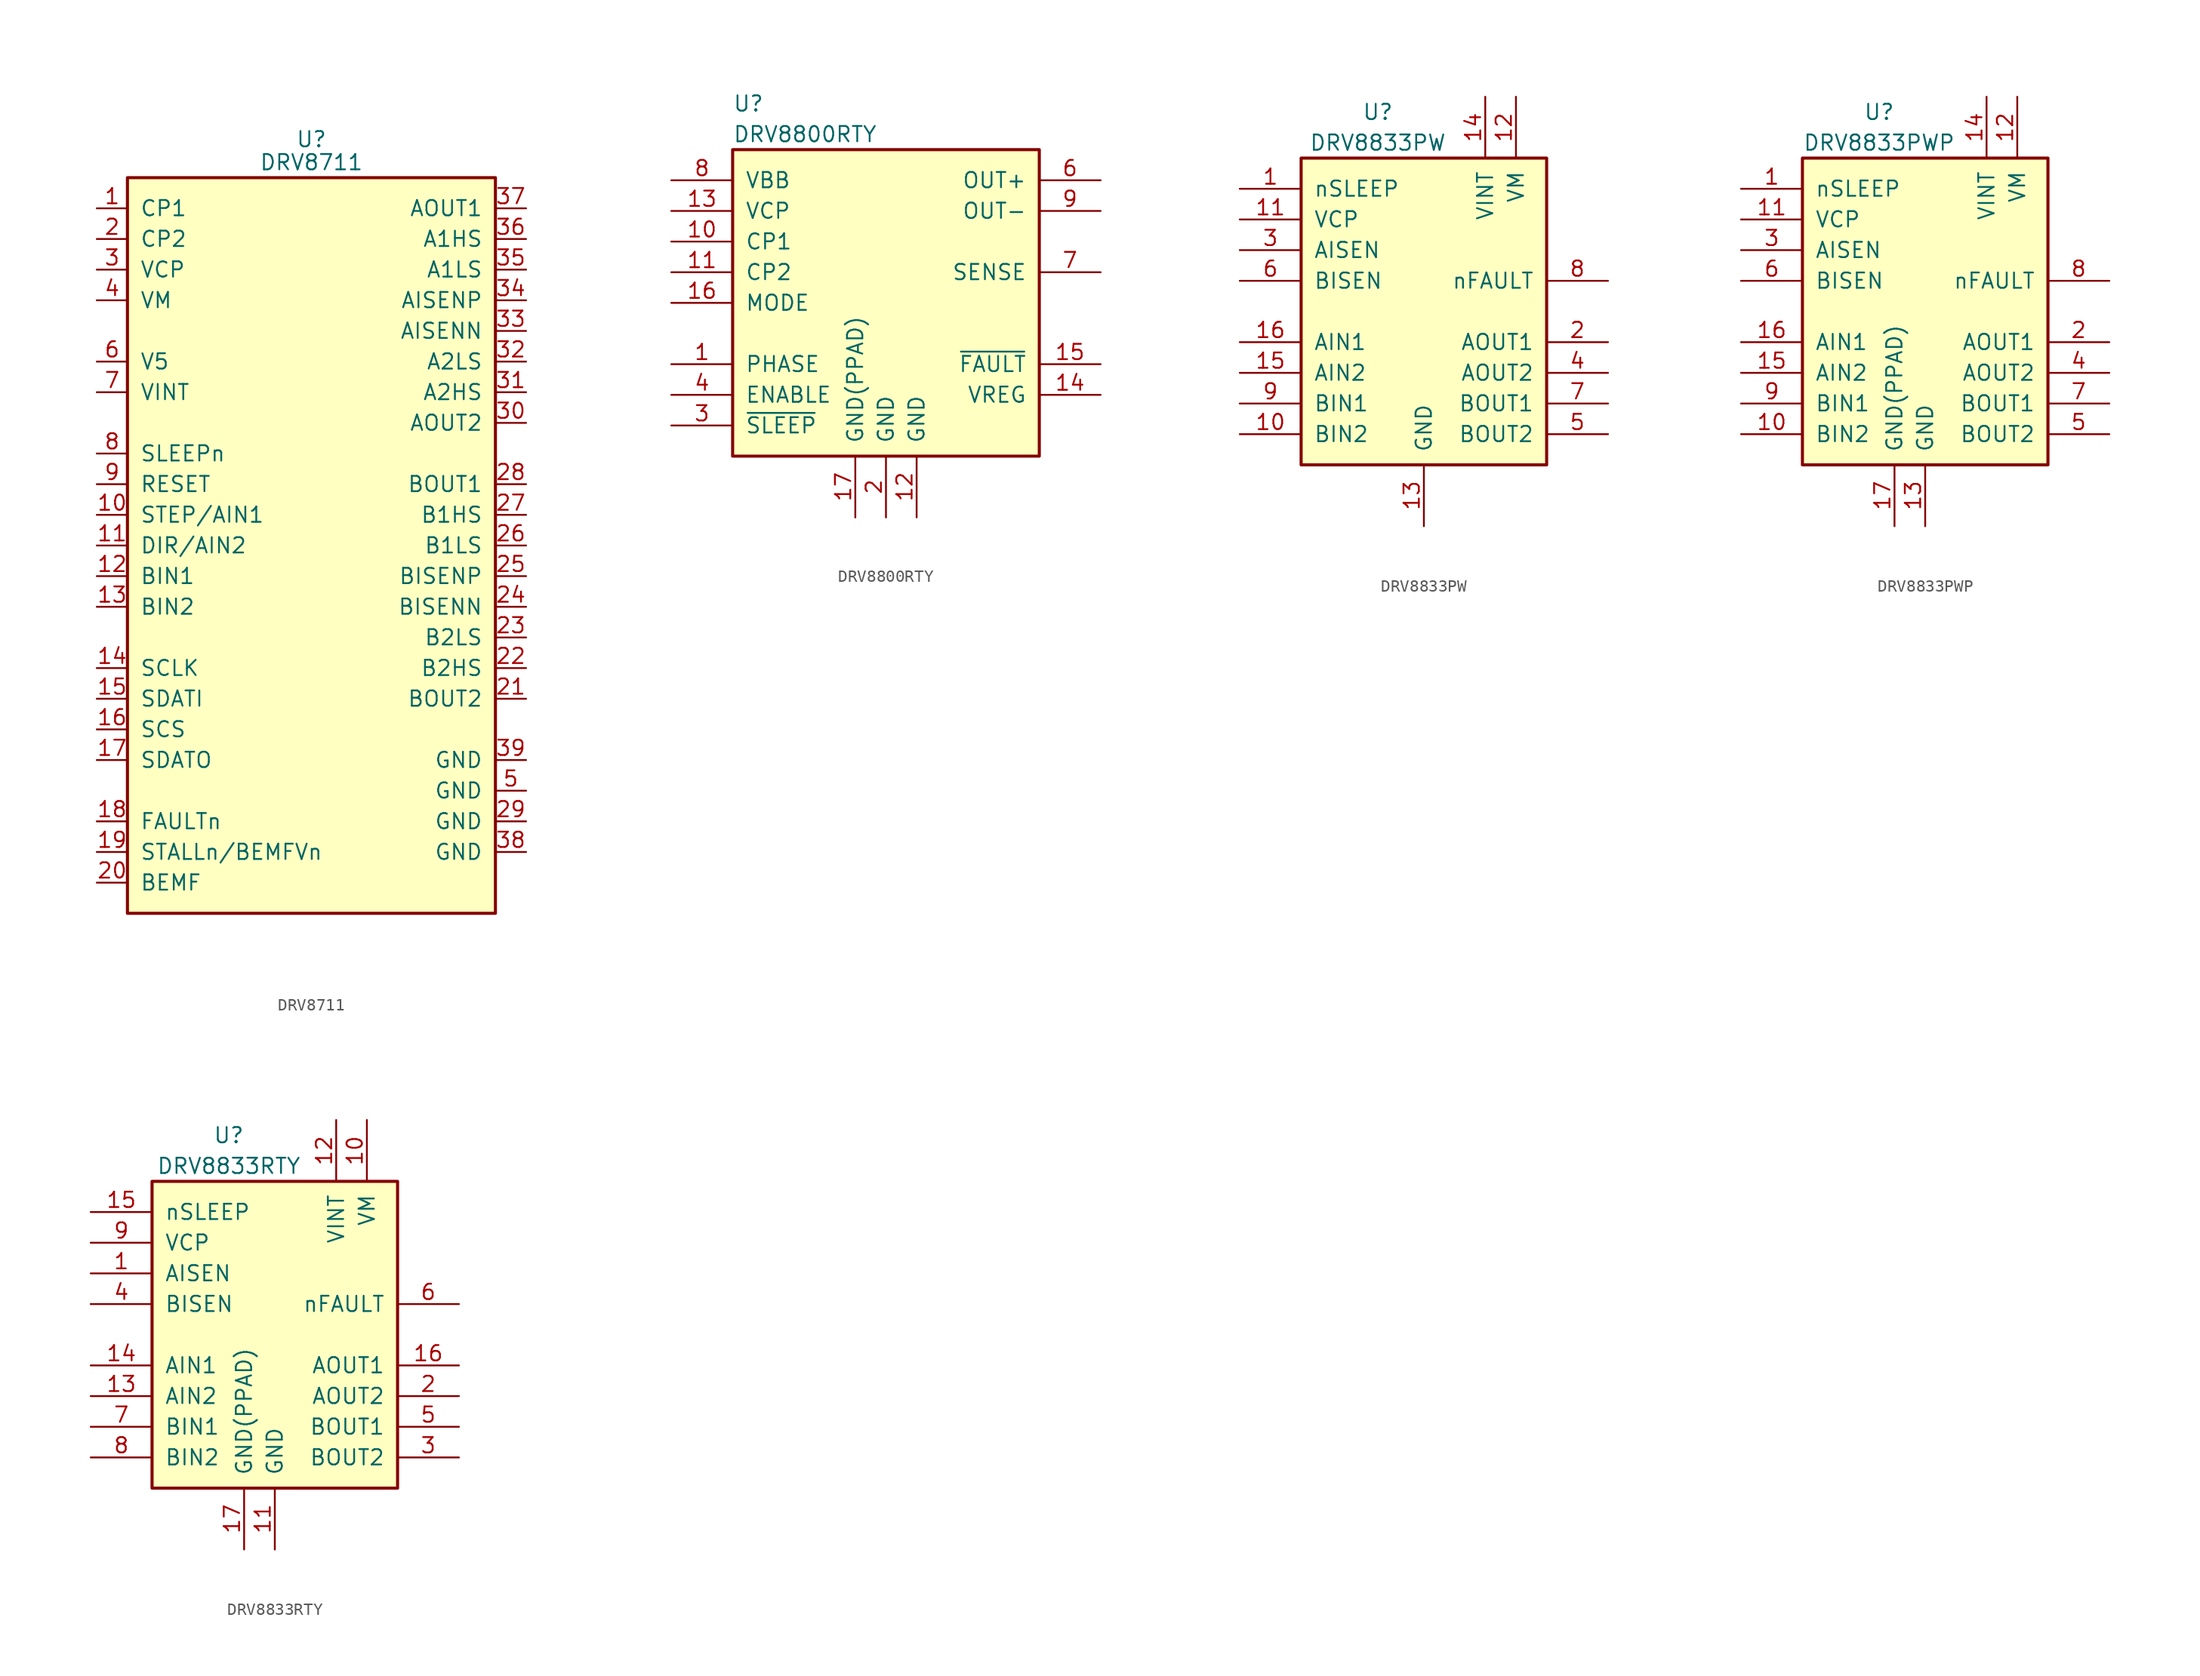
<source format=kicad_sym>
(kicad_symbol_lib
  (version 20201005)
  (generator kicad_symbol_editor)
  (symbol "DRV8711"
    (pin_names
      (offset 1.016))
    (property "Reference" "U"
      (at 0 33.655 0)
      (effects (font (size 1.27 1.27))))
    (property "Value" "DRV8711"
      (at 0 31.75 0)
      (effects (font (size 1.27 1.27))))
    (symbol "DRV8711_0_1"
      (rectangle (start -15.24 30.48) (end 15.24 -30.48) (stroke (width 0.254)) (fill (type background))))
    (symbol "DRV8711_1_1"
      (pin bidirectional line (at -17.78 27.94 0) (length 2.54) (name "CP1" (effects (font (size 1.27 1.27)))) (number "1" (effects (font (size 1.27 1.27)))))
      (pin input line (at -17.78 2.54 0) (length 2.54) (name "STEP/AIN1" (effects (font (size 1.27 1.27)))) (number "10" (effects (font (size 1.27 1.27)))))
      (pin input line (at -17.78 0 0) (length 2.54) (name "DIR/AIN2" (effects (font (size 1.27 1.27)))) (number "11" (effects (font (size 1.27 1.27)))))
      (pin input line (at -17.78 -2.54 0) (length 2.54) (name "BIN1" (effects (font (size 1.27 1.27)))) (number "12" (effects (font (size 1.27 1.27)))))
      (pin input line (at -17.78 -5.08 0) (length 2.54) (name "BIN2" (effects (font (size 1.27 1.27)))) (number "13" (effects (font (size 1.27 1.27)))))
      (pin input line (at -17.78 -10.16 0) (length 2.54) (name "SCLK" (effects (font (size 1.27 1.27)))) (number "14" (effects (font (size 1.27 1.27)))))
      (pin input line (at -17.78 -12.7 0) (length 2.54) (name "SDATI" (effects (font (size 1.27 1.27)))) (number "15" (effects (font (size 1.27 1.27)))))
      (pin input line (at -17.78 -15.24 0) (length 2.54) (name "SCS" (effects (font (size 1.27 1.27)))) (number "16" (effects (font (size 1.27 1.27)))))
      (pin output line (at -17.78 -17.78 0) (length 2.54) (name "SDATO" (effects (font (size 1.27 1.27)))) (number "17" (effects (font (size 1.27 1.27)))))
      (pin output line (at -17.78 -22.86 0) (length 2.54) (name "FAULTn" (effects (font (size 1.27 1.27)))) (number "18" (effects (font (size 1.27 1.27)))))
      (pin output line (at -17.78 -25.4 0) (length 2.54) (name "STALLn/BEMFVn" (effects (font (size 1.27 1.27)))) (number "19" (effects (font (size 1.27 1.27)))))
      (pin bidirectional line (at -17.78 25.4 0) (length 2.54) (name "CP2" (effects (font (size 1.27 1.27)))) (number "2" (effects (font (size 1.27 1.27)))))
      (pin output line (at -17.78 -27.94 0) (length 2.54) (name "BEMF" (effects (font (size 1.27 1.27)))) (number "20" (effects (font (size 1.27 1.27)))))
      (pin output line (at 17.78 -12.7 180) (length 2.54) (name "BOUT2" (effects (font (size 1.27 1.27)))) (number "21" (effects (font (size 1.27 1.27)))))
      (pin output line (at 17.78 -10.16 180) (length 2.54) (name "B2HS" (effects (font (size 1.27 1.27)))) (number "22" (effects (font (size 1.27 1.27)))))
      (pin output line (at 17.78 -7.62 180) (length 2.54) (name "B2LS" (effects (font (size 1.27 1.27)))) (number "23" (effects (font (size 1.27 1.27)))))
      (pin input line (at 17.78 -5.08 180) (length 2.54) (name "BISENN" (effects (font (size 1.27 1.27)))) (number "24" (effects (font (size 1.27 1.27)))))
      (pin input line (at 17.78 -2.54 180) (length 2.54) (name "BISENP" (effects (font (size 1.27 1.27)))) (number "25" (effects (font (size 1.27 1.27)))))
      (pin output line (at 17.78 0 180) (length 2.54) (name "B1LS" (effects (font (size 1.27 1.27)))) (number "26" (effects (font (size 1.27 1.27)))))
      (pin output line (at 17.78 2.54 180) (length 2.54) (name "B1HS" (effects (font (size 1.27 1.27)))) (number "27" (effects (font (size 1.27 1.27)))))
      (pin output line (at 17.78 5.08 180) (length 2.54) (name "BOUT1" (effects (font (size 1.27 1.27)))) (number "28" (effects (font (size 1.27 1.27)))))
      (pin power_in line (at 17.78 -22.86 180) (length 2.54) (name "GND" (effects (font (size 1.27 1.27)))) (number "29" (effects (font (size 1.27 1.27)))))
      (pin bidirectional line (at -17.78 22.86 0) (length 2.54) (name "VCP" (effects (font (size 1.27 1.27)))) (number "3" (effects (font (size 1.27 1.27)))))
      (pin output line (at 17.78 10.16 180) (length 2.54) (name "AOUT2" (effects (font (size 1.27 1.27)))) (number "30" (effects (font (size 1.27 1.27)))))
      (pin output line (at 17.78 12.7 180) (length 2.54) (name "A2HS" (effects (font (size 1.27 1.27)))) (number "31" (effects (font (size 1.27 1.27)))))
      (pin output line (at 17.78 15.24 180) (length 2.54) (name "A2LS" (effects (font (size 1.27 1.27)))) (number "32" (effects (font (size 1.27 1.27)))))
      (pin input line (at 17.78 17.78 180) (length 2.54) (name "AISENN" (effects (font (size 1.27 1.27)))) (number "33" (effects (font (size 1.27 1.27)))))
      (pin input line (at 17.78 20.32 180) (length 2.54) (name "AISENP" (effects (font (size 1.27 1.27)))) (number "34" (effects (font (size 1.27 1.27)))))
      (pin output line (at 17.78 22.86 180) (length 2.54) (name "A1LS" (effects (font (size 1.27 1.27)))) (number "35" (effects (font (size 1.27 1.27)))))
      (pin output line (at 17.78 25.4 180) (length 2.54) (name "A1HS" (effects (font (size 1.27 1.27)))) (number "36" (effects (font (size 1.27 1.27)))))
      (pin output line (at 17.78 27.94 180) (length 2.54) (name "AOUT1" (effects (font (size 1.27 1.27)))) (number "37" (effects (font (size 1.27 1.27)))))
      (pin power_in line (at 17.78 -25.4 180) (length 2.54) (name "GND" (effects (font (size 1.27 1.27)))) (number "38" (effects (font (size 1.27 1.27)))))
      (pin power_in line (at 17.78 -17.78 180) (length 2.54) (name "GND" (effects (font (size 1.27 1.27)))) (number "39" (effects (font (size 1.27 1.27)))))
      (pin power_in line (at -17.78 20.32 0) (length 2.54) (name "VM" (effects (font (size 1.27 1.27)))) (number "4" (effects (font (size 1.27 1.27)))))
      (pin power_in line (at 17.78 -20.32 180) (length 2.54) (name "GND" (effects (font (size 1.27 1.27)))) (number "5" (effects (font (size 1.27 1.27)))))
      (pin power_out line (at -17.78 15.24 0) (length 2.54) (name "V5" (effects (font (size 1.27 1.27)))) (number "6" (effects (font (size 1.27 1.27)))))
      (pin power_in line (at -17.78 12.7 0) (length 2.54) (name "VINT" (effects (font (size 1.27 1.27)))) (number "7" (effects (font (size 1.27 1.27)))))
      (pin input line (at -17.78 7.62 0) (length 2.54) (name "SLEEPn" (effects (font (size 1.27 1.27)))) (number "8" (effects (font (size 1.27 1.27)))))
      (pin input line (at -17.78 5.08 0) (length 2.54) (name "RESET" (effects (font (size 1.27 1.27)))) (number "9" (effects (font (size 1.27 1.27)))))))
  (symbol "DRV8800RTY"
    (pin_names
      (offset 1.016))
    (property "Reference" "U"
      (at -12.7 16.51 0)
      (effects (font (size 1.27 1.27)) (justify left)))
    (property "Value" "DRV8800RTY"
      (at -12.7 13.97 0)
      (effects (font (size 1.27 1.27)) (justify left)))
    (symbol "DRV8800RTY_0_1"
      (rectangle (start -12.7 12.7) (end 12.7 -12.7) (stroke (width 0.254)) (fill (type background))))
    (symbol "DRV8800RTY_1_1"
      (pin input line (at -17.78 -5.08 0) (length 5.08) (name "PHASE" (effects (font (size 1.27 1.27)))) (number "1" (effects (font (size 1.27 1.27)))))
      (pin power_in line (at -17.78 5.08 0) (length 5.08) (name "CP1" (effects (font (size 1.27 1.27)))) (number "10" (effects (font (size 1.27 1.27)))))
      (pin power_in line (at -17.78 2.54 0) (length 5.08) (name "CP2" (effects (font (size 1.27 1.27)))) (number "11" (effects (font (size 1.27 1.27)))))
      (pin power_in line (at 2.54 -17.78 90) (length 5.08) (name "GND" (effects (font (size 1.27 1.27)))) (number "12" (effects (font (size 1.27 1.27)))))
      (pin power_in line (at -17.78 7.62 0) (length 5.08) (name "VCP" (effects (font (size 1.27 1.27)))) (number "13" (effects (font (size 1.27 1.27)))))
      (pin output line (at 17.78 -7.62 180) (length 5.08) (name "VREG" (effects (font (size 1.27 1.27)))) (number "14" (effects (font (size 1.27 1.27)))))
      (pin open_collector line (at 17.78 -5.08 180) (length 5.08) (name "~FAULT" (effects (font (size 1.27 1.27)))) (number "15" (effects (font (size 1.27 1.27)))))
      (pin input line (at -17.78 0 0) (length 5.08) (name "MODE" (effects (font (size 1.27 1.27)))) (number "16" (effects (font (size 1.27 1.27)))))
      (pin power_in line (at -2.54 -17.78 90) (length 5.08) (name "GND(PPAD)" (effects (font (size 1.27 1.27)))) (number "17" (effects (font (size 1.27 1.27)))))
      (pin power_in line (at 0 -17.78 90) (length 5.08) (name "GND" (effects (font (size 1.27 1.27)))) (number "2" (effects (font (size 1.27 1.27)))))
      (pin input line (at -17.78 -10.16 0) (length 5.08) (name "~SLEEP" (effects (font (size 1.27 1.27)))) (number "3" (effects (font (size 1.27 1.27)))))
      (pin input line (at -17.78 -7.62 0) (length 5.08) (name "ENABLE" (effects (font (size 1.27 1.27)))) (number "4" (effects (font (size 1.27 1.27)))))
      (pin no_connect line (at -17.78 -2.54 0) (length 5.08) hide (name "NC" (effects (font (size 1.27 1.27)))) (number "5" (effects (font (size 1.27 1.27)))))
      (pin power_out line (at 17.78 10.16 180) (length 5.08) (name "OUT+" (effects (font (size 1.27 1.27)))) (number "6" (effects (font (size 1.27 1.27)))))
      (pin power_out line (at 17.78 2.54 180) (length 5.08) (name "SENSE" (effects (font (size 1.27 1.27)))) (number "7" (effects (font (size 1.27 1.27)))))
      (pin power_in line (at -17.78 10.16 0) (length 5.08) (name "VBB" (effects (font (size 1.27 1.27)))) (number "8" (effects (font (size 1.27 1.27)))))
      (pin power_out line (at 17.78 7.62 180) (length 5.08) (name "OUT-" (effects (font (size 1.27 1.27)))) (number "9" (effects (font (size 1.27 1.27)))))))
  (symbol "DRV8833PW"
    (pin_names
      (offset 1.016))
    (property "Reference" "U"
      (at -3.81 16.51 0)
      (effects (font (size 1.27 1.27))))
    (property "Value" "DRV8833PW"
      (at -3.81 13.97 0)
      (effects (font (size 1.27 1.27))))
    (symbol "DRV8833PW_0_1"
      (rectangle (start -10.16 12.7) (end 10.16 -12.7) (stroke (width 0.254)) (fill (type background))))
    (symbol "DRV8833PW_1_1"
      (pin input line (at -15.24 10.16 0) (length 5.08) (name "nSLEEP" (effects (font (size 1.27 1.27)))) (number "1" (effects (font (size 1.27 1.27)))))
      (pin input line (at -15.24 -10.16 0) (length 5.08) (name "BIN2" (effects (font (size 1.27 1.27)))) (number "10" (effects (font (size 1.27 1.27)))))
      (pin bidirectional line (at -15.24 7.62 0) (length 5.08) (name "VCP" (effects (font (size 1.27 1.27)))) (number "11" (effects (font (size 1.27 1.27)))))
      (pin power_in line (at 7.62 17.78 270) (length 5.08) (name "VM" (effects (font (size 1.27 1.27)))) (number "12" (effects (font (size 1.27 1.27)))))
      (pin power_in line (at 0 -17.78 90) (length 5.08) (name "GND" (effects (font (size 1.27 1.27)))) (number "13" (effects (font (size 1.27 1.27)))))
      (pin power_in line (at 5.08 17.78 270) (length 5.08) (name "VINT" (effects (font (size 1.27 1.27)))) (number "14" (effects (font (size 1.27 1.27)))))
      (pin input line (at -15.24 -5.08 0) (length 5.08) (name "AIN2" (effects (font (size 1.27 1.27)))) (number "15" (effects (font (size 1.27 1.27)))))
      (pin input line (at -15.24 -2.54 0) (length 5.08) (name "AIN1" (effects (font (size 1.27 1.27)))) (number "16" (effects (font (size 1.27 1.27)))))
      (pin power_out line (at 15.24 -2.54 180) (length 5.08) (name "AOUT1" (effects (font (size 1.27 1.27)))) (number "2" (effects (font (size 1.27 1.27)))))
      (pin bidirectional line (at -15.24 5.08 0) (length 5.08) (name "AISEN" (effects (font (size 1.27 1.27)))) (number "3" (effects (font (size 1.27 1.27)))))
      (pin power_out line (at 15.24 -5.08 180) (length 5.08) (name "AOUT2" (effects (font (size 1.27 1.27)))) (number "4" (effects (font (size 1.27 1.27)))))
      (pin power_out line (at 15.24 -10.16 180) (length 5.08) (name "BOUT2" (effects (font (size 1.27 1.27)))) (number "5" (effects (font (size 1.27 1.27)))))
      (pin bidirectional line (at -15.24 2.54 0) (length 5.08) (name "BISEN" (effects (font (size 1.27 1.27)))) (number "6" (effects (font (size 1.27 1.27)))))
      (pin power_out line (at 15.24 -7.62 180) (length 5.08) (name "BOUT1" (effects (font (size 1.27 1.27)))) (number "7" (effects (font (size 1.27 1.27)))))
      (pin open_collector line (at 15.24 2.54 180) (length 5.08) (name "nFAULT" (effects (font (size 1.27 1.27)))) (number "8" (effects (font (size 1.27 1.27)))))
      (pin input line (at -15.24 -7.62 0) (length 5.08) (name "BIN1" (effects (font (size 1.27 1.27)))) (number "9" (effects (font (size 1.27 1.27)))))))
  (symbol "DRV8833PWP"
    (pin_names
      (offset 1.016))
    (property "Reference" "U"
      (at -3.81 16.51 0)
      (effects (font (size 1.27 1.27))))
    (property "Value" "DRV8833PWP"
      (at -3.81 13.97 0)
      (effects (font (size 1.27 1.27))))
    (symbol "DRV8833PWP_0_1"
      (rectangle (start -10.16 12.7) (end 10.16 -12.7) (stroke (width 0.254)) (fill (type background))))
    (symbol "DRV8833PWP_1_1"
      (pin input line (at -15.24 10.16 0) (length 5.08) (name "nSLEEP" (effects (font (size 1.27 1.27)))) (number "1" (effects (font (size 1.27 1.27)))))
      (pin input line (at -15.24 -10.16 0) (length 5.08) (name "BIN2" (effects (font (size 1.27 1.27)))) (number "10" (effects (font (size 1.27 1.27)))))
      (pin bidirectional line (at -15.24 7.62 0) (length 5.08) (name "VCP" (effects (font (size 1.27 1.27)))) (number "11" (effects (font (size 1.27 1.27)))))
      (pin power_in line (at 7.62 17.78 270) (length 5.08) (name "VM" (effects (font (size 1.27 1.27)))) (number "12" (effects (font (size 1.27 1.27)))))
      (pin power_in line (at 0 -17.78 90) (length 5.08) (name "GND" (effects (font (size 1.27 1.27)))) (number "13" (effects (font (size 1.27 1.27)))))
      (pin power_in line (at 5.08 17.78 270) (length 5.08) (name "VINT" (effects (font (size 1.27 1.27)))) (number "14" (effects (font (size 1.27 1.27)))))
      (pin input line (at -15.24 -5.08 0) (length 5.08) (name "AIN2" (effects (font (size 1.27 1.27)))) (number "15" (effects (font (size 1.27 1.27)))))
      (pin input line (at -15.24 -2.54 0) (length 5.08) (name "AIN1" (effects (font (size 1.27 1.27)))) (number "16" (effects (font (size 1.27 1.27)))))
      (pin power_in line (at -2.54 -17.78 90) (length 5.08) (name "GND(PPAD)" (effects (font (size 1.27 1.27)))) (number "17" (effects (font (size 1.27 1.27)))))
      (pin power_out line (at 15.24 -2.54 180) (length 5.08) (name "AOUT1" (effects (font (size 1.27 1.27)))) (number "2" (effects (font (size 1.27 1.27)))))
      (pin bidirectional line (at -15.24 5.08 0) (length 5.08) (name "AISEN" (effects (font (size 1.27 1.27)))) (number "3" (effects (font (size 1.27 1.27)))))
      (pin power_out line (at 15.24 -5.08 180) (length 5.08) (name "AOUT2" (effects (font (size 1.27 1.27)))) (number "4" (effects (font (size 1.27 1.27)))))
      (pin power_out line (at 15.24 -10.16 180) (length 5.08) (name "BOUT2" (effects (font (size 1.27 1.27)))) (number "5" (effects (font (size 1.27 1.27)))))
      (pin bidirectional line (at -15.24 2.54 0) (length 5.08) (name "BISEN" (effects (font (size 1.27 1.27)))) (number "6" (effects (font (size 1.27 1.27)))))
      (pin power_out line (at 15.24 -7.62 180) (length 5.08) (name "BOUT1" (effects (font (size 1.27 1.27)))) (number "7" (effects (font (size 1.27 1.27)))))
      (pin open_collector line (at 15.24 2.54 180) (length 5.08) (name "nFAULT" (effects (font (size 1.27 1.27)))) (number "8" (effects (font (size 1.27 1.27)))))
      (pin input line (at -15.24 -7.62 0) (length 5.08) (name "BIN1" (effects (font (size 1.27 1.27)))) (number "9" (effects (font (size 1.27 1.27)))))))
  (symbol "DRV8833RTY"
    (pin_names
      (offset 1.016))
    (property "Reference" "U"
      (at -3.81 16.51 0)
      (effects (font (size 1.27 1.27))))
    (property "Value" "DRV8833RTY"
      (at -3.81 13.97 0)
      (effects (font (size 1.27 1.27))))
    (symbol "DRV8833RTY_0_1"
      (rectangle (start -10.16 12.7) (end 10.16 -12.7) (stroke (width 0.254)) (fill (type background))))
    (symbol "DRV8833RTY_1_1"
      (pin bidirectional line (at -15.24 5.08 0) (length 5.08) (name "AISEN" (effects (font (size 1.27 1.27)))) (number "1" (effects (font (size 1.27 1.27)))))
      (pin power_in line (at 7.62 17.78 270) (length 5.08) (name "VM" (effects (font (size 1.27 1.27)))) (number "10" (effects (font (size 1.27 1.27)))))
      (pin power_in line (at 0 -17.78 90) (length 5.08) (name "GND" (effects (font (size 1.27 1.27)))) (number "11" (effects (font (size 1.27 1.27)))))
      (pin power_in line (at 5.08 17.78 270) (length 5.08) (name "VINT" (effects (font (size 1.27 1.27)))) (number "12" (effects (font (size 1.27 1.27)))))
      (pin input line (at -15.24 -5.08 0) (length 5.08) (name "AIN2" (effects (font (size 1.27 1.27)))) (number "13" (effects (font (size 1.27 1.27)))))
      (pin input line (at -15.24 -2.54 0) (length 5.08) (name "AIN1" (effects (font (size 1.27 1.27)))) (number "14" (effects (font (size 1.27 1.27)))))
      (pin input line (at -15.24 10.16 0) (length 5.08) (name "nSLEEP" (effects (font (size 1.27 1.27)))) (number "15" (effects (font (size 1.27 1.27)))))
      (pin power_out line (at 15.24 -2.54 180) (length 5.08) (name "AOUT1" (effects (font (size 1.27 1.27)))) (number "16" (effects (font (size 1.27 1.27)))))
      (pin power_in line (at -2.54 -17.78 90) (length 5.08) (name "GND(PPAD)" (effects (font (size 1.27 1.27)))) (number "17" (effects (font (size 1.27 1.27)))))
      (pin power_out line (at 15.24 -5.08 180) (length 5.08) (name "AOUT2" (effects (font (size 1.27 1.27)))) (number "2" (effects (font (size 1.27 1.27)))))
      (pin power_out line (at 15.24 -10.16 180) (length 5.08) (name "BOUT2" (effects (font (size 1.27 1.27)))) (number "3" (effects (font (size 1.27 1.27)))))
      (pin bidirectional line (at -15.24 2.54 0) (length 5.08) (name "BISEN" (effects (font (size 1.27 1.27)))) (number "4" (effects (font (size 1.27 1.27)))))
      (pin power_out line (at 15.24 -7.62 180) (length 5.08) (name "BOUT1" (effects (font (size 1.27 1.27)))) (number "5" (effects (font (size 1.27 1.27)))))
      (pin open_collector line (at 15.24 2.54 180) (length 5.08) (name "nFAULT" (effects (font (size 1.27 1.27)))) (number "6" (effects (font (size 1.27 1.27)))))
      (pin input line (at -15.24 -7.62 0) (length 5.08) (name "BIN1" (effects (font (size 1.27 1.27)))) (number "7" (effects (font (size 1.27 1.27)))))
      (pin input line (at -15.24 -10.16 0) (length 5.08) (name "BIN2" (effects (font (size 1.27 1.27)))) (number "8" (effects (font (size 1.27 1.27)))))
      (pin bidirectional line (at -15.24 7.62 0) (length 5.08) (name "VCP" (effects (font (size 1.27 1.27)))) (number "9" (effects (font (size 1.27 1.27))))))))
</source>
